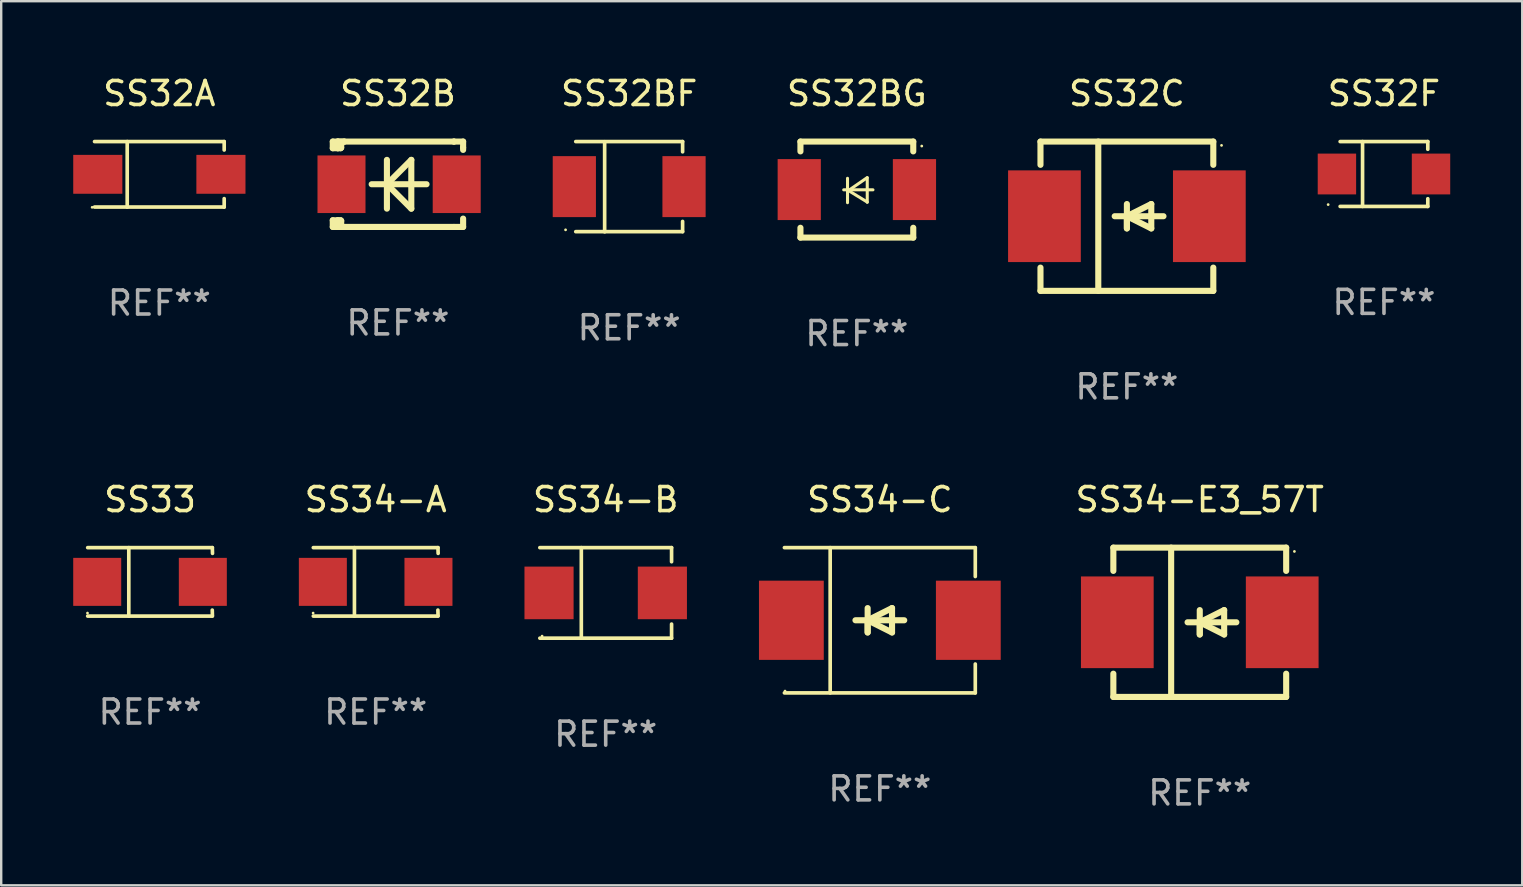
<source format=kicad_pcb>
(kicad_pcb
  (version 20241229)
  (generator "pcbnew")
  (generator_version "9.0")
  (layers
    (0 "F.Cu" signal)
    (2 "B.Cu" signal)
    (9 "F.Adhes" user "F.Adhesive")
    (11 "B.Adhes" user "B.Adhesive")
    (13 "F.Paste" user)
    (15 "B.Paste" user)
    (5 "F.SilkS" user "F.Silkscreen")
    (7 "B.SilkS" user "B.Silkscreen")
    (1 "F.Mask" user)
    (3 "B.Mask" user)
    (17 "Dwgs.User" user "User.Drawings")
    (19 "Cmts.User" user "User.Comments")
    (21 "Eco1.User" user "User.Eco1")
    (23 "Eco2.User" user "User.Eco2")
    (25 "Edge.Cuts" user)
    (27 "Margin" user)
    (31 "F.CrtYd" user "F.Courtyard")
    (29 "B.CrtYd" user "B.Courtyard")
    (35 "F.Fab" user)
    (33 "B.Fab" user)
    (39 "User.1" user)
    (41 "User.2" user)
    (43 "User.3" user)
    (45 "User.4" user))
  (footprint "SS34-B"
    (layer "F.Cu")
    (at 22.184 21.651)
    (property "Reference" "SS34-B" (at 0 -3.886 0) (layer "F.SilkS") (effects (font (size 1 1) (thickness 0.15))))
    (attr through_hole)
    (fp_line (start -2.744 -1.886) (end 2.744 -1.886) (stroke (width 0.152) (type solid)) (layer "F.SilkS"))
    (fp_line (start -2.744 1.886) (end 2.744 1.886) (stroke (width 0.152) (type solid)) (layer "F.SilkS"))
    (fp_line (start -1.016 -1.886) (end -1.016 1.886) (stroke (width 0.152) (type solid)) (layer "F.SilkS"))
    (fp_line (start 2.744 -1.886) (end 2.744 -1.299) (stroke (width 0.152) (type solid)) (layer "F.SilkS"))
    (fp_line (start 2.744 1.886) (end 2.744 1.299) (stroke (width 0.152) (type solid)) (layer "F.SilkS"))
    (fp_circle (center -2.65 1.8) (end -2.62 1.8) (stroke (width 0.06) (type solid)) (fill no) (layer "F.SilkS"))
    (fp_text user "REF**" (at 0 5.886 0) (layer "F.Fab") (effects (font (size 1 1) (thickness 0.15))))
    (pad "1" smd rect (at -2.361 0) (size 2.047 2.192) (layers "F.Cu" "F.Mask" "F.Paste"))
    (pad "2" smd rect (at 2.361 0) (size 2.047 2.192) (layers "F.Cu" "F.Mask" "F.Paste")))
  (footprint "SS34-A"
    (layer "F.Cu")
    (at 12.603 21.191)
    (property "Reference" "SS34-A" (at 0 -3.426 0) (layer "F.SilkS") (effects (font (size 1 1) (thickness 0.15))))
    (attr through_hole)
    (fp_line (start -2.6 -1.426) (end 2.593 -1.426) (stroke (width 0.152) (type solid)) (layer "F.SilkS"))
    (fp_line (start -2.6 1.426) (end 2.593 1.426) (stroke (width 0.152) (type solid)) (layer "F.SilkS"))
    (fp_line (start -0.887 -1.426) (end -0.887 1.426) (stroke (width 0.152) (type solid)) (layer "F.SilkS"))
    (fp_line (start 2.59 1.176) (end 2.597 1.415) (stroke (width 0.152) (type solid)) (layer "F.SilkS"))
    (fp_line (start 2.593 -1.426) (end 2.6 -1.187) (stroke (width 0.152) (type solid)) (layer "F.SilkS"))
    (fp_circle (center -2.608 1.3) (end -2.578 1.3) (stroke (width 0.06) (type solid)) (fill no) (layer "F.SilkS"))
    (fp_text user "REF**" (at 0 5.426 0) (layer "F.Fab") (effects (font (size 1 1) (thickness 0.15))))
    (pad "1" smd rect (at -2.203 0 180) (size 2 2) (layers "F.Cu" "F.Mask" "F.Paste"))
    (pad "2" smd rect (at 2.197 0 180) (size 2 2) (layers "F.Cu" "F.Mask" "F.Paste")))
  (footprint "SS32BF"
    (layer "F.Cu")
    (at 23.162 4.728)
    (property "Reference" "SS32BF" (at 0 -3.88 0) (layer "F.SilkS") (effects (font (size 1 1) (thickness 0.15))))
    (attr through_hole)
    (fp_line (start -2.226 -1.88) (end 2.226 -1.88) (stroke (width 0.152) (type solid)) (layer "F.SilkS"))
    (fp_line (start -2.226 1.873) (end 2.226 1.873) (stroke (width 0.152) (type solid)) (layer "F.SilkS"))
    (fp_line (start -1.022 -1.873) (end -1.022 1.88) (stroke (width 0.152) (type solid)) (layer "F.SilkS"))
    (fp_line (start 2.226 -1.88) (end 2.226 -1.453) (stroke (width 0.152) (type solid)) (layer "F.SilkS"))
    (fp_line (start 2.226 1.447) (end 2.226 1.873) (stroke (width 0.152) (type solid)) (layer "F.SilkS"))
    (fp_circle (center -2.65 1.797) (end -2.62 1.797) (stroke (width 0.06) (type solid)) (fill no) (layer "F.SilkS"))
    (fp_text user "REF**" (at 0 5.88 0) (layer "F.Fab") (effects (font (size 1 1) (thickness 0.15))))
    (pad "1" smd rect (at -2.285 -0.003) (size 1.8 2.54) (layers "F.Cu" "F.Mask" "F.Paste"))
    (pad "2" smd rect (at 2.285 -0.003) (size 1.8 2.54) (layers "F.Cu" "F.Mask" "F.Paste")))
  (footprint "SS32BG"
    (layer "F.Cu")
    (at 32.647 4.848)
    (property "Reference" "SS32BG" (at 0 -4 0) (layer "F.SilkS") (effects (font (size 1 1) (thickness 0.15))))
    (attr through_hole)
    (fp_line (start -2.35 -2) (end -2.35 -1.591) (stroke (width 0.254) (type solid)) (layer "F.SilkS"))
    (fp_line (start -2.35 -2) (end 2.35 -2) (stroke (width 0.254) (type solid)) (layer "F.SilkS"))
    (fp_line (start -2.35 1.591) (end -2.35 2) (stroke (width 0.254) (type solid)) (layer "F.SilkS"))
    (fp_line (start -2.35 2) (end 2.35 2) (stroke (width 0.254) (type solid)) (layer "F.SilkS"))
    (fp_line (start -0.548 0.01) (end 0.671 0.01) (stroke (width 0.127) (type solid)) (layer "F.SilkS"))
    (fp_line (start -0.389 -0.47) (end -0.389 0.546) (stroke (width 0.127) (type solid)) (layer "F.SilkS"))
    (fp_line (start -0.35 0.04) (end 0.433 0.52) (stroke (width 0.127) (type solid)) (layer "F.SilkS"))
    (fp_line (start 0.433 -0.5) (end -0.35 0.04) (stroke (width 0.127) (type solid)) (layer "F.SilkS"))
    (fp_line (start 0.433 0.53) (end 0.433 -0.486) (stroke (width 0.127) (type solid)) (layer "F.SilkS"))
    (fp_line (start 2.35 -2) (end 2.35 -1.591) (stroke (width 0.254) (type solid)) (layer "F.SilkS"))
    (fp_line (start 2.35 1.591) (end 2.35 2) (stroke (width 0.254) (type solid)) (layer "F.SilkS"))
    (fp_circle (center 2.704 -1.813) (end 2.734 -1.813) (stroke (width 0.06) (type solid)) (fill no) (layer "F.SilkS"))
    (fp_text user "REF**" (at 0 6 0) (layer "F.Fab") (effects (font (size 1 1) (thickness 0.15))))
    (pad "1" smd rect (at 2.4 0) (size 1.8 2.54) (layers "F.Cu" "F.Mask" "F.Paste"))
    (pad "2" smd rect (at -2.4 0) (size 1.8 2.54) (layers "F.Cu" "F.Mask" "F.Paste")))
  (footprint "SS33"
    (layer "F.Cu")
    (at 3.203 21.191)
    (property "Reference" "SS33" (at 0 -3.426 0) (layer "F.SilkS") (effects (font (size 1 1) (thickness 0.15))))
    (attr through_hole)
    (fp_line (start -2.6 -1.426) (end 2.593 -1.426) (stroke (width 0.152) (type solid)) (layer "F.SilkS"))
    (fp_line (start -2.6 1.426) (end 2.593 1.426) (stroke (width 0.152) (type solid)) (layer "F.SilkS"))
    (fp_line (start -0.887 -1.426) (end -0.887 1.426) (stroke (width 0.152) (type solid)) (layer "F.SilkS"))
    (fp_line (start 2.59 1.176) (end 2.597 1.415) (stroke (width 0.152) (type solid)) (layer "F.SilkS"))
    (fp_line (start 2.593 -1.426) (end 2.6 -1.187) (stroke (width 0.152) (type solid)) (layer "F.SilkS"))
    (fp_circle (center -2.608 1.3) (end -2.578 1.3) (stroke (width 0.06) (type solid)) (fill no) (layer "F.SilkS"))
    (fp_text user "REF**" (at 0 5.426 0) (layer "F.Fab") (effects (font (size 1 1) (thickness 0.15))))
    (pad "1" smd rect (at -2.203 0 180) (size 2 2) (layers "F.Cu" "F.Mask" "F.Paste"))
    (pad "2" smd rect (at 2.197 0 180) (size 2 2) (layers "F.Cu" "F.Mask" "F.Paste")))
  (footprint "SS34-C"
    (layer "F.Cu")
    (at 33.605 22.791)
    (property "Reference" "SS34-C" (at 0 -5.026 0) (layer "F.SilkS") (effects (font (size 1 1) (thickness 0.15))))
    (attr through_hole)
    (fp_line (start -3.976 -3.026) (end 3.976 -3.026) (stroke (width 0.152) (type solid)) (layer "F.SilkS"))
    (fp_line (start -3.976 3.026) (end 3.976 3.026) (stroke (width 0.152) (type solid)) (layer "F.SilkS"))
    (fp_line (start -2.069 -3.026) (end -2.069 3.026) (stroke (width 0.152) (type solid)) (layer "F.SilkS"))
    (fp_line (start -0.508 0) (end -0.508 0.508) (stroke (width 0.254) (type solid)) (layer "F.SilkS"))
    (fp_line (start -0.508 0) (end 0.508 0.508) (stroke (width 0.254) (type solid)) (layer "F.SilkS"))
    (fp_line (start -0.508 0.508) (end -0.508 -0.508) (stroke (width 0.254) (type solid)) (layer "F.SilkS"))
    (fp_line (start 0.508 -0.508) (end -0.508 0) (stroke (width 0.254) (type solid)) (layer "F.SilkS"))
    (fp_line (start 0.508 0.508) (end 0.508 -0.508) (stroke (width 0.254) (type solid)) (layer "F.SilkS"))
    (fp_line (start 1.016 0) (end -1.016 0) (stroke (width 0.254) (type solid)) (layer "F.SilkS"))
    (fp_line (start 3.976 -3.026) (end 3.976 -1.823) (stroke (width 0.152) (type solid)) (layer "F.SilkS"))
    (fp_line (start 3.976 3.026) (end 3.976 1.823) (stroke (width 0.152) (type solid)) (layer "F.SilkS"))
    (fp_circle (center -3.95 2.95) (end -3.92 2.95) (stroke (width 0.06) (type solid)) (fill no) (layer "F.SilkS"))
    (fp_text user "REF**" (at 0 7.026 0) (layer "F.Fab") (effects (font (size 1 1) (thickness 0.15))))
    (pad "1" smd rect (at -3.686 0) (size 2.7 3.3) (layers "F.Cu" "F.Mask" "F.Paste"))
    (pad "2" smd rect (at 3.686 0) (size 2.7 3.3) (layers "F.Cu" "F.Mask" "F.Paste")))
  (footprint "SS34-E3_57T"
    (layer "F.Cu")
    (at 46.933 22.875)
    (property "Reference" "SS34-E3_57T" (at 0 -5.11 0) (layer "F.SilkS") (effects (font (size 1 1) (thickness 0.15))))
    (attr through_hole)
    (fp_line (start -3.6 -3.11) (end -3.6 -2.141) (stroke (width 0.254) (type solid)) (layer "F.SilkS"))
    (fp_line (start -3.6 -3.11) (end 3.6 -3.11) (stroke (width 0.254) (type solid)) (layer "F.SilkS"))
    (fp_line (start -3.6 2.141) (end -3.6 3.11) (stroke (width 0.254) (type solid)) (layer "F.SilkS"))
    (fp_line (start -3.6 3.11) (end 3.6 3.11) (stroke (width 0.254) (type solid)) (layer "F.SilkS"))
    (fp_line (start -1.192 -3.11) (end -1.192 3.11) (stroke (width 0.254) (type solid)) (layer "F.SilkS"))
    (fp_line (start 0 0) (end 0 0.508) (stroke (width 0.254) (type solid)) (layer "F.SilkS"))
    (fp_line (start 0 0) (end 1.016 0.508) (stroke (width 0.254) (type solid)) (layer "F.SilkS"))
    (fp_line (start 0 0.508) (end 0 -0.508) (stroke (width 0.254) (type solid)) (layer "F.SilkS"))
    (fp_line (start 1.016 -0.508) (end 0 0) (stroke (width 0.254) (type solid)) (layer "F.SilkS"))
    (fp_line (start 1.016 0.508) (end 1.016 -0.508) (stroke (width 0.254) (type solid)) (layer "F.SilkS"))
    (fp_line (start 1.524 0) (end -0.508 0) (stroke (width 0.254) (type solid)) (layer "F.SilkS"))
    (fp_line (start 3.6 -3.11) (end 3.6 -2.141) (stroke (width 0.254) (type solid)) (layer "F.SilkS"))
    (fp_line (start 3.6 2.141) (end 3.6 3.11) (stroke (width 0.254) (type solid)) (layer "F.SilkS"))
    (fp_circle (center 3.943 -2.952) (end 3.973 -2.952) (stroke (width 0.06) (type solid)) (fill no) (layer "F.SilkS"))
    (fp_text user "REF**" (at 0 7.11 0) (layer "F.Fab") (effects (font (size 1 1) (thickness 0.15))))
    (pad "1" smd rect (at 3.435 0 180) (size 3.03 3.82) (layers "F.Cu" "F.Mask" "F.Paste"))
    (pad "2" smd rect (at -3.435 0 180) (size 3.03 3.82) (layers "F.Cu" "F.Mask" "F.Paste")))
  (footprint "SS32F"
    (layer "F.Cu")
    (at 54.607 4.199)
    (property "Reference" "SS32F" (at 0 -3.351 0) (layer "F.SilkS") (effects (font (size 1 1) (thickness 0.15))))
    (attr through_hole)
    (fp_line (start -1.826 -1.351) (end 1.826 -1.351) (stroke (width 0.152) (type solid)) (layer "F.SilkS"))
    (fp_line (start -1.826 1.351) (end 1.826 1.351) (stroke (width 0.152) (type solid)) (layer "F.SilkS"))
    (fp_line (start -0.892 -1.351) (end -0.892 1.351) (stroke (width 0.152) (type solid)) (layer "F.SilkS"))
    (fp_line (start 1.826 -1.351) (end 1.826 -1.03) (stroke (width 0.152) (type solid)) (layer "F.SilkS"))
    (fp_line (start 1.826 1.03) (end 1.826 1.351) (stroke (width 0.152) (type solid)) (layer "F.SilkS"))
    (fp_circle (center -2.325 1.275) (end -2.295 1.275) (stroke (width 0.06) (type solid)) (fill no) (layer "F.SilkS"))
    (fp_text user "REF**" (at 0 5.351 0) (layer "F.Fab") (effects (font (size 1 1) (thickness 0.15))))
    (pad "1" smd rect (at -1.96 0 180) (size 1.6 1.7) (layers "F.Cu" "F.Mask" "F.Paste"))
    (pad "2" smd rect (at 1.96 0 180) (size 1.6 1.7) (layers "F.Cu" "F.Mask" "F.Paste")))
  (footprint "SS32B"
    (layer "F.Cu")
    (at 13.529 4.626)
    (property "Reference" "SS32B" (at 0 -3.778 0) (layer "F.SilkS") (effects (font (size 1 1) (thickness 0.15))))
    (attr through_hole)
    (fp_line (start -2.715 -1.778) (end -2.715 -1.501) (stroke (width 0.254) (type solid)) (layer "F.SilkS"))
    (fp_line (start -2.715 -1.501) (end -2.505 -1.501) (stroke (width 0.254) (type solid)) (layer "F.SilkS"))
    (fp_line (start -2.715 1.501) (end -2.715 1.778) (stroke (width 0.254) (type solid)) (layer "F.SilkS"))
    (fp_line (start -2.715 1.501) (end -2.505 1.501) (stroke (width 0.254) (type solid)) (layer "F.SilkS"))
    (fp_line (start -2.715 1.778) (end -2.504 1.778) (stroke (width 0.254) (type solid)) (layer "F.SilkS"))
    (fp_line (start -2.505 -1.778) (end -2.715 -1.778) (stroke (width 0.254) (type solid)) (layer "F.SilkS"))
    (fp_line (start -2.505 -1.778) (end -2.238 -1.778) (stroke (width 0.254) (type solid)) (layer "F.SilkS"))
    (fp_line (start -2.505 -1.501) (end -2.505 -1.651) (stroke (width 0.254) (type solid)) (layer "F.SilkS"))
    (fp_line (start -2.505 -1.501) (end -2.388 -1.501) (stroke (width 0.254) (type solid)) (layer "F.SilkS"))
    (fp_line (start -2.505 1.501) (end -2.505 1.778) (stroke (width 0.254) (type solid)) (layer "F.SilkS"))
    (fp_line (start -2.505 1.501) (end -2.388 1.501) (stroke (width 0.254) (type solid)) (layer "F.SilkS"))
    (fp_line (start -2.388 1.501) (end -2.365 1.524) (stroke (width 0.254) (type solid)) (layer "F.SilkS"))
    (fp_line (start -2.388 -1.501) (end -2.365 -1.524) (stroke (width 0.254) (type solid)) (layer "F.SilkS"))
    (fp_line (start -2.365 -1.651) (end -2.505 -1.778) (stroke (width 0.254) (type solid)) (layer "F.SilkS"))
    (fp_line (start -2.365 -1.524) (end -2.365 -1.651) (stroke (width 0.254) (type solid)) (layer "F.SilkS"))
    (fp_line (start -2.365 1.524) (end -2.365 1.778) (stroke (width 0.254) (type solid)) (layer "F.SilkS"))
    (fp_line (start -2.239 -1.778) (end 2.333 -1.778) (stroke (width 0.254) (type solid)) (layer "F.SilkS"))
    (fp_line (start -2.238 -1.778) (end -2.505 -1.778) (stroke (width 0.254) (type solid)) (layer "F.SilkS"))
    (fp_line (start -1.095 0) (end 1.191 0) (stroke (width 0.254) (type solid)) (layer "F.SilkS"))
    (fp_line (start -0.46 -1.016) (end -0.46 1.016) (stroke (width 0.254) (type solid)) (layer "F.SilkS"))
    (fp_line (start -0.46 -0.000127) (end 0.556 1.016) (stroke (width 0.254) (type solid)) (layer "F.SilkS"))
    (fp_line (start 0.556 -1.016) (end 0.556 1.016) (stroke (width 0.254) (type solid)) (layer "F.SilkS"))
    (fp_line (start 0.556 -1.016) (end -0.46 -0.000127) (stroke (width 0.254) (type solid)) (layer "F.SilkS"))
    (fp_line (start 2.333 -1.778) (end 2.333 -1.778) (stroke (width 0.254) (type solid)) (layer "F.SilkS"))
    (fp_line (start 2.333 -1.778) (end 2.715 -1.778) (stroke (width 0.254) (type solid)) (layer "F.SilkS"))
    (fp_line (start 2.334 1.778) (end -2.504 1.778) (stroke (width 0.254) (type solid)) (layer "F.SilkS"))
    (fp_line (start 2.715 -1.778) (end 2.715 -1.524) (stroke (width 0.254) (type solid)) (layer "F.SilkS"))
    (fp_line (start 2.715 -1.524) (end 2.715 -1.431) (stroke (width 0.254) (type solid)) (layer "F.SilkS"))
    (fp_line (start 2.715 1.431) (end 2.715 1.778) (stroke (width 0.254) (type solid)) (layer "F.SilkS"))
    (fp_line (start 2.715 1.778) (end 2.334 1.778) (stroke (width 0.254) (type solid)) (layer "F.SilkS"))
    (fp_circle (center -2.602 1.8) (end -2.572 1.8) (stroke (width 0.06) (type solid)) (fill no) (layer "F.SilkS"))
    (fp_text user "REF**" (at 0 5.778 0) (layer "F.Fab") (effects (font (size 1 1) (thickness 0.15))))
    (pad "1" smd rect (at -2.352 -0.000076) (size 2 2.4) (layers "F.Cu" "F.Mask" "F.Paste"))
    (pad "2" smd rect (at 2.448 -0.000076) (size 2 2.4) (layers "F.Cu" "F.Mask" "F.Paste")))
  (footprint "SS32C"
    (layer "F.Cu")
    (at 43.897 5.958)
    (property "Reference" "SS32C" (at 0 -5.11 0) (layer "F.SilkS") (effects (font (size 1 1) (thickness 0.15))))
    (attr through_hole)
    (fp_line (start -3.6 -3.11) (end -3.6 -2.141) (stroke (width 0.254) (type solid)) (layer "F.SilkS"))
    (fp_line (start -3.6 -3.11) (end 3.6 -3.11) (stroke (width 0.254) (type solid)) (layer "F.SilkS"))
    (fp_line (start -3.6 2.141) (end -3.6 3.11) (stroke (width 0.254) (type solid)) (layer "F.SilkS"))
    (fp_line (start -3.6 3.11) (end 3.6 3.11) (stroke (width 0.254) (type solid)) (layer "F.SilkS"))
    (fp_line (start -1.192 -3.11) (end -1.192 3.11) (stroke (width 0.254) (type solid)) (layer "F.SilkS"))
    (fp_line (start 0 0) (end 0 0.508) (stroke (width 0.254) (type solid)) (layer "F.SilkS"))
    (fp_line (start 0 0) (end 1.016 0.508) (stroke (width 0.254) (type solid)) (layer "F.SilkS"))
    (fp_line (start 0 0.508) (end 0 -0.508) (stroke (width 0.254) (type solid)) (layer "F.SilkS"))
    (fp_line (start 1.016 -0.508) (end 0 0) (stroke (width 0.254) (type solid)) (layer "F.SilkS"))
    (fp_line (start 1.016 0.508) (end 1.016 -0.508) (stroke (width 0.254) (type solid)) (layer "F.SilkS"))
    (fp_line (start 1.524 0) (end -0.508 0) (stroke (width 0.254) (type solid)) (layer "F.SilkS"))
    (fp_line (start 3.6 -3.11) (end 3.6 -2.141) (stroke (width 0.254) (type solid)) (layer "F.SilkS"))
    (fp_line (start 3.6 2.141) (end 3.6 3.11) (stroke (width 0.254) (type solid)) (layer "F.SilkS"))
    (fp_circle (center 3.943 -2.952) (end 3.973 -2.952) (stroke (width 0.06) (type solid)) (fill no) (layer "F.SilkS"))
    (fp_text user "REF**" (at 0 7.11 0) (layer "F.Fab") (effects (font (size 1 1) (thickness 0.15))))
    (pad "1" smd rect (at 3.435 0 180) (size 3.03 3.82) (layers "F.Cu" "F.Mask" "F.Paste"))
    (pad "2" smd rect (at -3.435 0 180) (size 3.03 3.82) (layers "F.Cu" "F.Mask" "F.Paste")))
  (footprint "SS32A"
    (layer "F.Cu")
    (at 3.589 4.212)
    (property "Reference" "SS32A" (at 0 -3.364 0) (layer "F.SilkS") (effects (font (size 1 1) (thickness 0.15))))
    (attr through_hole)
    (fp_line (start -2.701 -1.364) (end 2.701 -1.364) (stroke (width 0.152) (type solid)) (layer "F.SilkS"))
    (fp_line (start -2.701 1.364) (end 2.701 1.364) (stroke (width 0.152) (type solid)) (layer "F.SilkS"))
    (fp_line (start -1.339 -1.364) (end -1.339 1.364) (stroke (width 0.152) (type solid)) (layer "F.SilkS"))
    (fp_line (start 2.701 -1.364) (end 2.701 -1.013) (stroke (width 0.152) (type solid)) (layer "F.SilkS"))
    (fp_line (start 2.701 1.364) (end 2.701 1.013) (stroke (width 0.152) (type solid)) (layer "F.SilkS"))
    (fp_circle (center -2.8 1.375) (end -2.77 1.375) (stroke (width 0.06) (type solid)) (fill no) (layer "F.SilkS"))
    (fp_text user "REF**" (at 0 5.364 0) (layer "F.Fab") (effects (font (size 1 1) (thickness 0.15))))
    (pad "1" smd rect (at -2.565 -0.000025) (size 2.046 1.62) (layers "F.Cu" "F.Mask" "F.Paste"))
    (pad "2" smd rect (at 2.565 -0.000025) (size 2.046 1.62) (layers "F.Cu" "F.Mask" "F.Paste")))
  (gr_rect
    (start -3 -3)
    (end 60.367 33.833)
    (stroke (width 0.1) (type default))
    (fill no)
    (layer "Edge.Cuts")))
</source>
